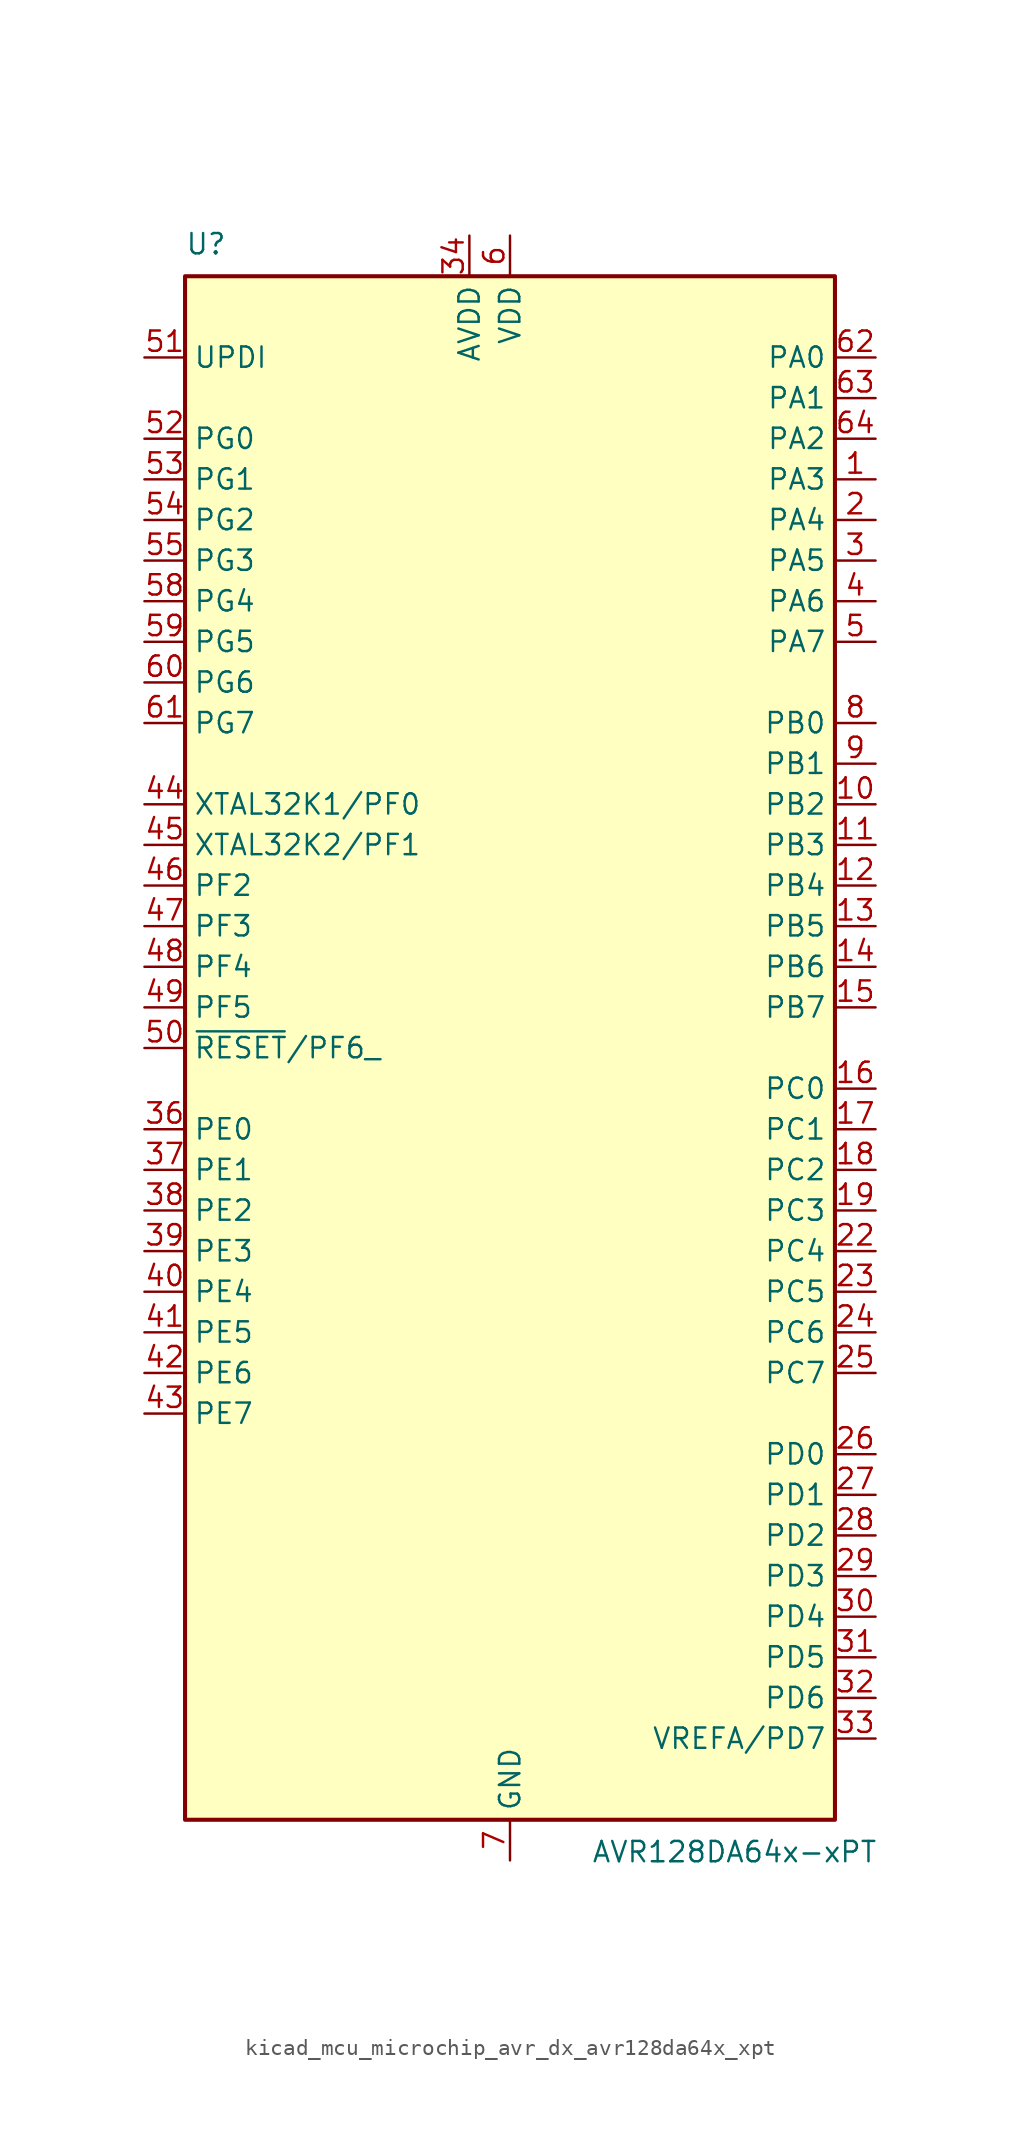
<source format=kicad_sym>
(kicad_symbol_lib
  (version 20220914)
  (generator kicad_symbol_editor)
  (symbol "kicad_mcu_microchip_avr_dx_avr128da64x_xpt"
    (property "Reference" "U"
      (at -20.32 49.53 0)
      (effects (font (size 1.27 1.27)) (justify left bottom)))
    (property "Value" "AVR128DA64x-xPT"
      (at 5.08 -49.53 0)
      (effects (font (size 1.27 1.27)) (justify left top)))
    (symbol "kicad_mcu_microchip_avr_dx_avr128da64x_xpt_0_1"
      (rectangle (start -20.32 48.26) (end 20.32 -48.26) (stroke (width 0.254) (type default)) (fill (type background))))
    (symbol "kicad_mcu_microchip_avr_dx_avr128da64x_xpt_1_1"
      (pin bidirectional line (at 22.86 35.56 180) (length 2.54) (name "PA3" (effects (font (size 1.27 1.27)))) (number "1" (effects (font (size 1.27 1.27)))))
      (pin bidirectional line (at 22.86 15.24 180) (length 2.54) (name "PB2" (effects (font (size 1.27 1.27)))) (number "10" (effects (font (size 1.27 1.27)))))
      (pin bidirectional line (at 22.86 12.7 180) (length 2.54) (name "PB3" (effects (font (size 1.27 1.27)))) (number "11" (effects (font (size 1.27 1.27)))))
      (pin bidirectional line (at 22.86 10.16 180) (length 2.54) (name "PB4" (effects (font (size 1.27 1.27)))) (number "12" (effects (font (size 1.27 1.27)))))
      (pin bidirectional line (at 22.86 7.62 180) (length 2.54) (name "PB5" (effects (font (size 1.27 1.27)))) (number "13" (effects (font (size 1.27 1.27)))))
      (pin bidirectional line (at 22.86 5.08 180) (length 2.54) (name "PB6" (effects (font (size 1.27 1.27)))) (number "14" (effects (font (size 1.27 1.27)))))
      (pin bidirectional line (at 22.86 2.54 180) (length 2.54) (name "PB7" (effects (font (size 1.27 1.27)))) (number "15" (effects (font (size 1.27 1.27)))))
      (pin bidirectional line (at 22.86 -2.54 180) (length 2.54) (name "PC0" (effects (font (size 1.27 1.27)))) (number "16" (effects (font (size 1.27 1.27)))))
      (pin bidirectional line (at 22.86 -5.08 180) (length 2.54) (name "PC1" (effects (font (size 1.27 1.27)))) (number "17" (effects (font (size 1.27 1.27)))))
      (pin bidirectional line (at 22.86 -7.62 180) (length 2.54) (name "PC2" (effects (font (size 1.27 1.27)))) (number "18" (effects (font (size 1.27 1.27)))))
      (pin bidirectional line (at 22.86 -10.16 180) (length 2.54) (name "PC3" (effects (font (size 1.27 1.27)))) (number "19" (effects (font (size 1.27 1.27)))))
      (pin bidirectional line (at 22.86 33.02 180) (length 2.54) (name "PA4" (effects (font (size 1.27 1.27)))) (number "2" (effects (font (size 1.27 1.27)))))
      (pin passive line (at 0 50.8 270) (length 2.54) hide (name "VDD" (effects (font (size 1.27 1.27)))) (number "20" (effects (font (size 1.27 1.27)))))
      (pin passive line (at 0 -50.8 90) (length 2.54) hide (name "GND" (effects (font (size 1.27 1.27)))) (number "21" (effects (font (size 1.27 1.27)))))
      (pin bidirectional line (at 22.86 -12.7 180) (length 2.54) (name "PC4" (effects (font (size 1.27 1.27)))) (number "22" (effects (font (size 1.27 1.27)))))
      (pin bidirectional line (at 22.86 -15.24 180) (length 2.54) (name "PC5" (effects (font (size 1.27 1.27)))) (number "23" (effects (font (size 1.27 1.27)))))
      (pin bidirectional line (at 22.86 -17.78 180) (length 2.54) (name "PC6" (effects (font (size 1.27 1.27)))) (number "24" (effects (font (size 1.27 1.27)))))
      (pin bidirectional line (at 22.86 -20.32 180) (length 2.54) (name "PC7" (effects (font (size 1.27 1.27)))) (number "25" (effects (font (size 1.27 1.27)))))
      (pin bidirectional line (at 22.86 -25.4 180) (length 2.54) (name "PD0" (effects (font (size 1.27 1.27)))) (number "26" (effects (font (size 1.27 1.27)))))
      (pin bidirectional line (at 22.86 -27.94 180) (length 2.54) (name "PD1" (effects (font (size 1.27 1.27)))) (number "27" (effects (font (size 1.27 1.27)))))
      (pin bidirectional line (at 22.86 -30.48 180) (length 2.54) (name "PD2" (effects (font (size 1.27 1.27)))) (number "28" (effects (font (size 1.27 1.27)))))
      (pin bidirectional line (at 22.86 -33.02 180) (length 2.54) (name "PD3" (effects (font (size 1.27 1.27)))) (number "29" (effects (font (size 1.27 1.27)))))
      (pin bidirectional line (at 22.86 30.48 180) (length 2.54) (name "PA5" (effects (font (size 1.27 1.27)))) (number "3" (effects (font (size 1.27 1.27)))))
      (pin bidirectional line (at 22.86 -35.56 180) (length 2.54) (name "PD4" (effects (font (size 1.27 1.27)))) (number "30" (effects (font (size 1.27 1.27)))))
      (pin bidirectional line (at 22.86 -38.1 180) (length 2.54) (name "PD5" (effects (font (size 1.27 1.27)))) (number "31" (effects (font (size 1.27 1.27)))))
      (pin bidirectional line (at 22.86 -40.64 180) (length 2.54) (name "PD6" (effects (font (size 1.27 1.27)))) (number "32" (effects (font (size 1.27 1.27)))))
      (pin bidirectional line (at 22.86 -43.18 180) (length 2.54) (name "VREFA/PD7" (effects (font (size 1.27 1.27)))) (number "33" (effects (font (size 1.27 1.27)))))
      (pin power_in line (at -2.54 50.8 270) (length 2.54) (name "AVDD" (effects (font (size 1.27 1.27)))) (number "34" (effects (font (size 1.27 1.27)))))
      (pin passive line (at 0 -50.8 90) (length 2.54) hide (name "GND" (effects (font (size 1.27 1.27)))) (number "35" (effects (font (size 1.27 1.27)))))
      (pin bidirectional line (at -22.86 -5.08 0) (length 2.54) (name "PE0" (effects (font (size 1.27 1.27)))) (number "36" (effects (font (size 1.27 1.27)))))
      (pin bidirectional line (at -22.86 -7.62 0) (length 2.54) (name "PE1" (effects (font (size 1.27 1.27)))) (number "37" (effects (font (size 1.27 1.27)))))
      (pin bidirectional line (at -22.86 -10.16 0) (length 2.54) (name "PE2" (effects (font (size 1.27 1.27)))) (number "38" (effects (font (size 1.27 1.27)))))
      (pin bidirectional line (at -22.86 -12.7 0) (length 2.54) (name "PE3" (effects (font (size 1.27 1.27)))) (number "39" (effects (font (size 1.27 1.27)))))
      (pin bidirectional line (at 22.86 27.94 180) (length 2.54) (name "PA6" (effects (font (size 1.27 1.27)))) (number "4" (effects (font (size 1.27 1.27)))))
      (pin bidirectional line (at -22.86 -15.24 0) (length 2.54) (name "PE4" (effects (font (size 1.27 1.27)))) (number "40" (effects (font (size 1.27 1.27)))))
      (pin bidirectional line (at -22.86 -17.78 0) (length 2.54) (name "PE5" (effects (font (size 1.27 1.27)))) (number "41" (effects (font (size 1.27 1.27)))))
      (pin bidirectional line (at -22.86 -20.32 0) (length 2.54) (name "PE6" (effects (font (size 1.27 1.27)))) (number "42" (effects (font (size 1.27 1.27)))))
      (pin bidirectional line (at -22.86 -22.86 0) (length 2.54) (name "PE7" (effects (font (size 1.27 1.27)))) (number "43" (effects (font (size 1.27 1.27)))))
      (pin bidirectional line (at -22.86 15.24 0) (length 2.54) (name "XTAL32K1/PF0" (effects (font (size 1.27 1.27)))) (number "44" (effects (font (size 1.27 1.27)))))
      (pin bidirectional line (at -22.86 12.7 0) (length 2.54) (name "XTAL32K2/PF1" (effects (font (size 1.27 1.27)))) (number "45" (effects (font (size 1.27 1.27)))))
      (pin bidirectional line (at -22.86 10.16 0) (length 2.54) (name "PF2" (effects (font (size 1.27 1.27)))) (number "46" (effects (font (size 1.27 1.27)))))
      (pin bidirectional line (at -22.86 7.62 0) (length 2.54) (name "PF3" (effects (font (size 1.27 1.27)))) (number "47" (effects (font (size 1.27 1.27)))))
      (pin bidirectional line (at -22.86 5.08 0) (length 2.54) (name "PF4" (effects (font (size 1.27 1.27)))) (number "48" (effects (font (size 1.27 1.27)))))
      (pin bidirectional line (at -22.86 2.54 0) (length 2.54) (name "PF5" (effects (font (size 1.27 1.27)))) (number "49" (effects (font (size 1.27 1.27)))))
      (pin bidirectional line (at 22.86 25.4 180) (length 2.54) (name "PA7" (effects (font (size 1.27 1.27)))) (number "5" (effects (font (size 1.27 1.27)))))
      (pin bidirectional line (at -22.86 0 0) (length 2.54) (name "~{RESET}/PF6_" (effects (font (size 1.27 1.27)))) (number "50" (effects (font (size 1.27 1.27)))))
      (pin input line (at -22.86 43.18 0) (length 2.54) (name "UPDI" (effects (font (size 1.27 1.27)))) (number "51" (effects (font (size 1.27 1.27)))))
      (pin bidirectional line (at -22.86 38.1 0) (length 2.54) (name "PG0" (effects (font (size 1.27 1.27)))) (number "52" (effects (font (size 1.27 1.27)))))
      (pin bidirectional line (at -22.86 35.56 0) (length 2.54) (name "PG1" (effects (font (size 1.27 1.27)))) (number "53" (effects (font (size 1.27 1.27)))))
      (pin bidirectional line (at -22.86 33.02 0) (length 2.54) (name "PG2" (effects (font (size 1.27 1.27)))) (number "54" (effects (font (size 1.27 1.27)))))
      (pin bidirectional line (at -22.86 30.48 0) (length 2.54) (name "PG3" (effects (font (size 1.27 1.27)))) (number "55" (effects (font (size 1.27 1.27)))))
      (pin passive line (at 0 50.8 270) (length 2.54) hide (name "VDD" (effects (font (size 1.27 1.27)))) (number "56" (effects (font (size 1.27 1.27)))))
      (pin passive line (at 0 -50.8 90) (length 2.54) hide (name "GND" (effects (font (size 1.27 1.27)))) (number "57" (effects (font (size 1.27 1.27)))))
      (pin bidirectional line (at -22.86 27.94 0) (length 2.54) (name "PG4" (effects (font (size 1.27 1.27)))) (number "58" (effects (font (size 1.27 1.27)))))
      (pin bidirectional line (at -22.86 25.4 0) (length 2.54) (name "PG5" (effects (font (size 1.27 1.27)))) (number "59" (effects (font (size 1.27 1.27)))))
      (pin power_in line (at 0 50.8 270) (length 2.54) (name "VDD" (effects (font (size 1.27 1.27)))) (number "6" (effects (font (size 1.27 1.27)))))
      (pin bidirectional line (at -22.86 22.86 0) (length 2.54) (name "PG6" (effects (font (size 1.27 1.27)))) (number "60" (effects (font (size 1.27 1.27)))))
      (pin bidirectional line (at -22.86 20.32 0) (length 2.54) (name "PG7" (effects (font (size 1.27 1.27)))) (number "61" (effects (font (size 1.27 1.27)))))
      (pin bidirectional line (at 22.86 43.18 180) (length 2.54) (name "PA0" (effects (font (size 1.27 1.27)))) (number "62" (effects (font (size 1.27 1.27)))))
      (pin bidirectional line (at 22.86 40.64 180) (length 2.54) (name "PA1" (effects (font (size 1.27 1.27)))) (number "63" (effects (font (size 1.27 1.27)))))
      (pin bidirectional line (at 22.86 38.1 180) (length 2.54) (name "PA2" (effects (font (size 1.27 1.27)))) (number "64" (effects (font (size 1.27 1.27)))))
      (pin power_in line (at 0 -50.8 90) (length 2.54) (name "GND" (effects (font (size 1.27 1.27)))) (number "7" (effects (font (size 1.27 1.27)))))
      (pin bidirectional line (at 22.86 20.32 180) (length 2.54) (name "PB0" (effects (font (size 1.27 1.27)))) (number "8" (effects (font (size 1.27 1.27)))))
      (pin bidirectional line (at 22.86 17.78 180) (length 2.54) (name "PB1" (effects (font (size 1.27 1.27)))) (number "9" (effects (font (size 1.27 1.27))))))))
</source>
